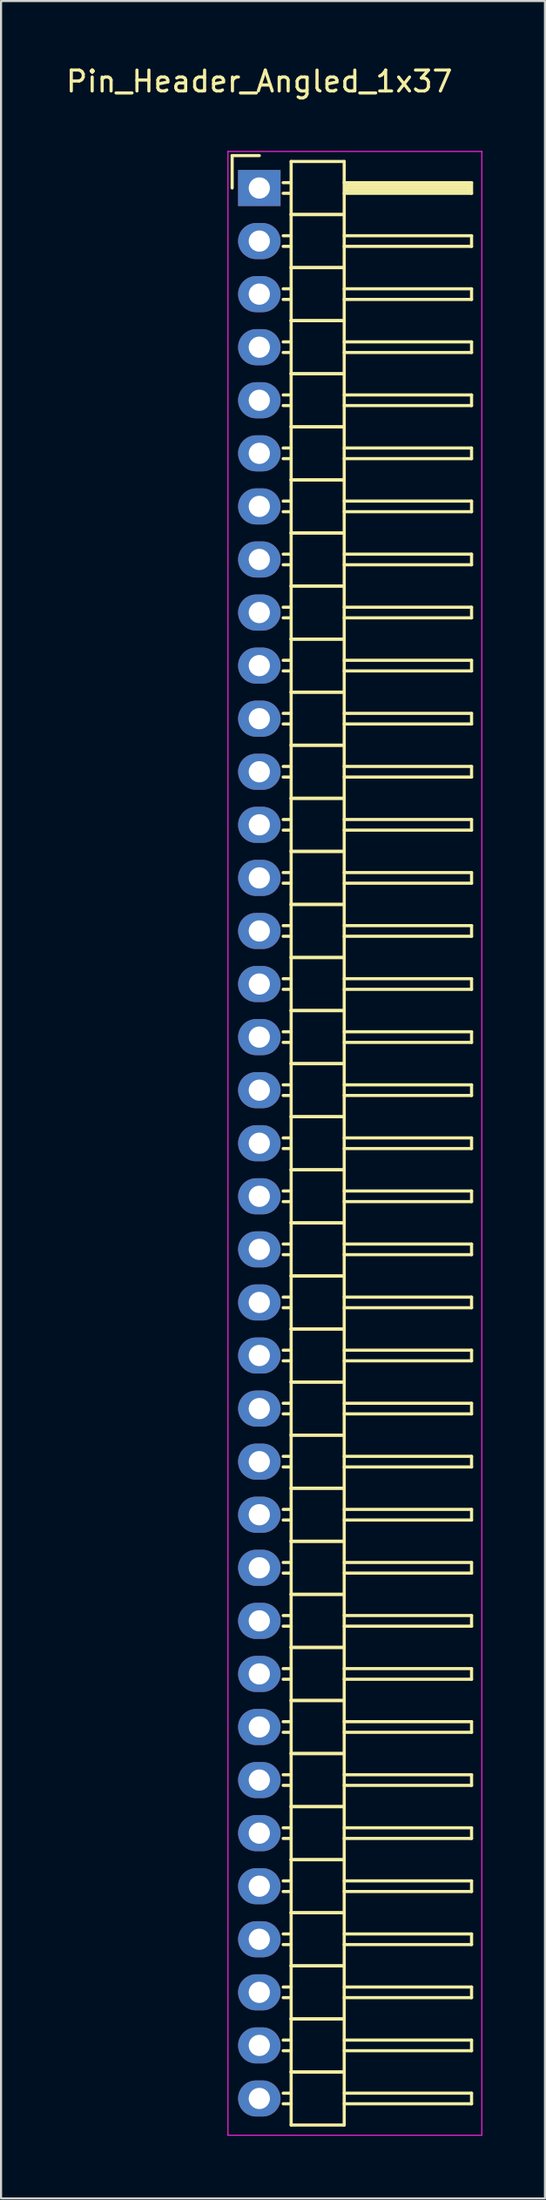
<source format=kicad_pcb>
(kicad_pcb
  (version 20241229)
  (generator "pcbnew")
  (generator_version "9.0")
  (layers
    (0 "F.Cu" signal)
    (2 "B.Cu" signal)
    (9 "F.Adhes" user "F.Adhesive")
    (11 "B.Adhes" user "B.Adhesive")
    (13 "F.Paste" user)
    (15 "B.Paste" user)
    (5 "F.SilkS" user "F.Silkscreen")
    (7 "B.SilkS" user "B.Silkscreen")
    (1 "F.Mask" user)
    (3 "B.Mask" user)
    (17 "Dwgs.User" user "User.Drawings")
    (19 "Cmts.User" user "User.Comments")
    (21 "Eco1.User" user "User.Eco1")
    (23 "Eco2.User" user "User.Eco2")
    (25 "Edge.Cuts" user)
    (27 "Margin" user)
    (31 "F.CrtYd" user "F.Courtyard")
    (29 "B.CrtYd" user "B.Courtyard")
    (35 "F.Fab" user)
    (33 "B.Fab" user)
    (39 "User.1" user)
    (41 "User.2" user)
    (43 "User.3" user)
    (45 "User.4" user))
  (footprint "Pin_Header_Angled_1x37"
    (layer "F.Cu")
    (at 9.363 5.948)
    (property "Reference" "Pin_Header_Angled_1x37" (at 0 -5.1 0) (layer "F.SilkS") (effects (font (size 1 1) (thickness 0.15))))
    (attr through_hole)
    (fp_line (start -1.3 -1.55) (end -1.3 0) (stroke (width 0.15) (type solid)) (layer "F.SilkS"))
    (fp_line (start 0 -1.55) (end -1.3 -1.55) (stroke (width 0.15) (type solid)) (layer "F.SilkS"))
    (fp_line (start 1.524 -1.27) (end 1.524 1.27) (stroke (width 0.15) (type solid)) (layer "F.SilkS"))
    (fp_line (start 1.524 -1.27) (end 4.064 -1.27) (stroke (width 0.15) (type solid)) (layer "F.SilkS"))
    (fp_line (start 1.524 -0.254) (end 1.143 -0.254) (stroke (width 0.15) (type solid)) (layer "F.SilkS"))
    (fp_line (start 1.524 0.254) (end 1.143 0.254) (stroke (width 0.15) (type solid)) (layer "F.SilkS"))
    (fp_line (start 1.524 1.27) (end 1.524 3.81) (stroke (width 0.15) (type solid)) (layer "F.SilkS"))
    (fp_line (start 1.524 1.27) (end 4.064 1.27) (stroke (width 0.15) (type solid)) (layer "F.SilkS"))
    (fp_line (start 1.524 1.27) (end 4.064 1.27) (stroke (width 0.15) (type solid)) (layer "F.SilkS"))
    (fp_line (start 1.524 2.286) (end 1.143 2.286) (stroke (width 0.15) (type solid)) (layer "F.SilkS"))
    (fp_line (start 1.524 2.794) (end 1.143 2.794) (stroke (width 0.15) (type solid)) (layer "F.SilkS"))
    (fp_line (start 1.524 3.81) (end 1.524 6.35) (stroke (width 0.15) (type solid)) (layer "F.SilkS"))
    (fp_line (start 1.524 3.81) (end 4.064 3.81) (stroke (width 0.15) (type solid)) (layer "F.SilkS"))
    (fp_line (start 1.524 3.81) (end 4.064 3.81) (stroke (width 0.15) (type solid)) (layer "F.SilkS"))
    (fp_line (start 1.524 4.826) (end 1.143 4.826) (stroke (width 0.15) (type solid)) (layer "F.SilkS"))
    (fp_line (start 1.524 5.334) (end 1.143 5.334) (stroke (width 0.15) (type solid)) (layer "F.SilkS"))
    (fp_line (start 1.524 6.35) (end 1.524 8.89) (stroke (width 0.15) (type solid)) (layer "F.SilkS"))
    (fp_line (start 1.524 6.35) (end 4.064 6.35) (stroke (width 0.15) (type solid)) (layer "F.SilkS"))
    (fp_line (start 1.524 6.35) (end 4.064 6.35) (stroke (width 0.15) (type solid)) (layer "F.SilkS"))
    (fp_line (start 1.524 7.366) (end 1.143 7.366) (stroke (width 0.15) (type solid)) (layer "F.SilkS"))
    (fp_line (start 1.524 7.874) (end 1.143 7.874) (stroke (width 0.15) (type solid)) (layer "F.SilkS"))
    (fp_line (start 1.524 8.89) (end 1.524 11.43) (stroke (width 0.15) (type solid)) (layer "F.SilkS"))
    (fp_line (start 1.524 8.89) (end 4.064 8.89) (stroke (width 0.15) (type solid)) (layer "F.SilkS"))
    (fp_line (start 1.524 8.89) (end 4.064 8.89) (stroke (width 0.15) (type solid)) (layer "F.SilkS"))
    (fp_line (start 1.524 9.906) (end 1.143 9.906) (stroke (width 0.15) (type solid)) (layer "F.SilkS"))
    (fp_line (start 1.524 10.414) (end 1.143 10.414) (stroke (width 0.15) (type solid)) (layer "F.SilkS"))
    (fp_line (start 1.524 11.43) (end 1.524 13.97) (stroke (width 0.15) (type solid)) (layer "F.SilkS"))
    (fp_line (start 1.524 11.43) (end 4.064 11.43) (stroke (width 0.15) (type solid)) (layer "F.SilkS"))
    (fp_line (start 1.524 11.43) (end 4.064 11.43) (stroke (width 0.15) (type solid)) (layer "F.SilkS"))
    (fp_line (start 1.524 12.446) (end 1.143 12.446) (stroke (width 0.15) (type solid)) (layer "F.SilkS"))
    (fp_line (start 1.524 12.954) (end 1.143 12.954) (stroke (width 0.15) (type solid)) (layer "F.SilkS"))
    (fp_line (start 1.524 13.97) (end 1.524 16.51) (stroke (width 0.15) (type solid)) (layer "F.SilkS"))
    (fp_line (start 1.524 13.97) (end 4.064 13.97) (stroke (width 0.15) (type solid)) (layer "F.SilkS"))
    (fp_line (start 1.524 13.97) (end 4.064 13.97) (stroke (width 0.15) (type solid)) (layer "F.SilkS"))
    (fp_line (start 1.524 14.986) (end 1.143 14.986) (stroke (width 0.15) (type solid)) (layer "F.SilkS"))
    (fp_line (start 1.524 15.494) (end 1.143 15.494) (stroke (width 0.15) (type solid)) (layer "F.SilkS"))
    (fp_line (start 1.524 16.51) (end 1.524 19.05) (stroke (width 0.15) (type solid)) (layer "F.SilkS"))
    (fp_line (start 1.524 16.51) (end 4.064 16.51) (stroke (width 0.15) (type solid)) (layer "F.SilkS"))
    (fp_line (start 1.524 16.51) (end 4.064 16.51) (stroke (width 0.15) (type solid)) (layer "F.SilkS"))
    (fp_line (start 1.524 17.526) (end 1.143 17.526) (stroke (width 0.15) (type solid)) (layer "F.SilkS"))
    (fp_line (start 1.524 18.034) (end 1.143 18.034) (stroke (width 0.15) (type solid)) (layer "F.SilkS"))
    (fp_line (start 1.524 19.05) (end 1.524 21.59) (stroke (width 0.15) (type solid)) (layer "F.SilkS"))
    (fp_line (start 1.524 19.05) (end 4.064 19.05) (stroke (width 0.15) (type solid)) (layer "F.SilkS"))
    (fp_line (start 1.524 19.05) (end 4.064 19.05) (stroke (width 0.15) (type solid)) (layer "F.SilkS"))
    (fp_line (start 1.524 20.066) (end 1.143 20.066) (stroke (width 0.15) (type solid)) (layer "F.SilkS"))
    (fp_line (start 1.524 20.574) (end 1.143 20.574) (stroke (width 0.15) (type solid)) (layer "F.SilkS"))
    (fp_line (start 1.524 21.59) (end 1.524 24.13) (stroke (width 0.15) (type solid)) (layer "F.SilkS"))
    (fp_line (start 1.524 21.59) (end 4.064 21.59) (stroke (width 0.15) (type solid)) (layer "F.SilkS"))
    (fp_line (start 1.524 21.59) (end 4.064 21.59) (stroke (width 0.15) (type solid)) (layer "F.SilkS"))
    (fp_line (start 1.524 22.606) (end 1.143 22.606) (stroke (width 0.15) (type solid)) (layer "F.SilkS"))
    (fp_line (start 1.524 23.114) (end 1.143 23.114) (stroke (width 0.15) (type solid)) (layer "F.SilkS"))
    (fp_line (start 1.524 24.13) (end 1.524 26.67) (stroke (width 0.15) (type solid)) (layer "F.SilkS"))
    (fp_line (start 1.524 24.13) (end 4.064 24.13) (stroke (width 0.15) (type solid)) (layer "F.SilkS"))
    (fp_line (start 1.524 24.13) (end 4.064 24.13) (stroke (width 0.15) (type solid)) (layer "F.SilkS"))
    (fp_line (start 1.524 25.146) (end 1.143 25.146) (stroke (width 0.15) (type solid)) (layer "F.SilkS"))
    (fp_line (start 1.524 25.654) (end 1.143 25.654) (stroke (width 0.15) (type solid)) (layer "F.SilkS"))
    (fp_line (start 1.524 26.67) (end 1.524 29.21) (stroke (width 0.15) (type solid)) (layer "F.SilkS"))
    (fp_line (start 1.524 26.67) (end 4.064 26.67) (stroke (width 0.15) (type solid)) (layer "F.SilkS"))
    (fp_line (start 1.524 26.67) (end 4.064 26.67) (stroke (width 0.15) (type solid)) (layer "F.SilkS"))
    (fp_line (start 1.524 27.686) (end 1.143 27.686) (stroke (width 0.15) (type solid)) (layer "F.SilkS"))
    (fp_line (start 1.524 28.194) (end 1.143 28.194) (stroke (width 0.15) (type solid)) (layer "F.SilkS"))
    (fp_line (start 1.524 29.21) (end 1.524 31.75) (stroke (width 0.15) (type solid)) (layer "F.SilkS"))
    (fp_line (start 1.524 29.21) (end 4.064 29.21) (stroke (width 0.15) (type solid)) (layer "F.SilkS"))
    (fp_line (start 1.524 29.21) (end 4.064 29.21) (stroke (width 0.15) (type solid)) (layer "F.SilkS"))
    (fp_line (start 1.524 30.226) (end 1.143 30.226) (stroke (width 0.15) (type solid)) (layer "F.SilkS"))
    (fp_line (start 1.524 30.734) (end 1.143 30.734) (stroke (width 0.15) (type solid)) (layer "F.SilkS"))
    (fp_line (start 1.524 31.75) (end 1.524 34.29) (stroke (width 0.15) (type solid)) (layer "F.SilkS"))
    (fp_line (start 1.524 31.75) (end 4.064 31.75) (stroke (width 0.15) (type solid)) (layer "F.SilkS"))
    (fp_line (start 1.524 31.75) (end 4.064 31.75) (stroke (width 0.15) (type solid)) (layer "F.SilkS"))
    (fp_line (start 1.524 32.766) (end 1.143 32.766) (stroke (width 0.15) (type solid)) (layer "F.SilkS"))
    (fp_line (start 1.524 33.274) (end 1.143 33.274) (stroke (width 0.15) (type solid)) (layer "F.SilkS"))
    (fp_line (start 1.524 34.29) (end 1.524 36.83) (stroke (width 0.15) (type solid)) (layer "F.SilkS"))
    (fp_line (start 1.524 34.29) (end 4.064 34.29) (stroke (width 0.15) (type solid)) (layer "F.SilkS"))
    (fp_line (start 1.524 34.29) (end 4.064 34.29) (stroke (width 0.15) (type solid)) (layer "F.SilkS"))
    (fp_line (start 1.524 35.306) (end 1.143 35.306) (stroke (width 0.15) (type solid)) (layer "F.SilkS"))
    (fp_line (start 1.524 35.814) (end 1.143 35.814) (stroke (width 0.15) (type solid)) (layer "F.SilkS"))
    (fp_line (start 1.524 36.83) (end 1.524 39.37) (stroke (width 0.15) (type solid)) (layer "F.SilkS"))
    (fp_line (start 1.524 36.83) (end 4.064 36.83) (stroke (width 0.15) (type solid)) (layer "F.SilkS"))
    (fp_line (start 1.524 36.83) (end 4.064 36.83) (stroke (width 0.15) (type solid)) (layer "F.SilkS"))
    (fp_line (start 1.524 37.846) (end 1.143 37.846) (stroke (width 0.15) (type solid)) (layer "F.SilkS"))
    (fp_line (start 1.524 38.354) (end 1.143 38.354) (stroke (width 0.15) (type solid)) (layer "F.SilkS"))
    (fp_line (start 1.524 39.37) (end 1.524 41.91) (stroke (width 0.15) (type solid)) (layer "F.SilkS"))
    (fp_line (start 1.524 39.37) (end 4.064 39.37) (stroke (width 0.15) (type solid)) (layer "F.SilkS"))
    (fp_line (start 1.524 39.37) (end 4.064 39.37) (stroke (width 0.15) (type solid)) (layer "F.SilkS"))
    (fp_line (start 1.524 40.386) (end 1.143 40.386) (stroke (width 0.15) (type solid)) (layer "F.SilkS"))
    (fp_line (start 1.524 40.894) (end 1.143 40.894) (stroke (width 0.15) (type solid)) (layer "F.SilkS"))
    (fp_line (start 1.524 41.91) (end 1.524 44.45) (stroke (width 0.15) (type solid)) (layer "F.SilkS"))
    (fp_line (start 1.524 41.91) (end 4.064 41.91) (stroke (width 0.15) (type solid)) (layer "F.SilkS"))
    (fp_line (start 1.524 41.91) (end 4.064 41.91) (stroke (width 0.15) (type solid)) (layer "F.SilkS"))
    (fp_line (start 1.524 42.926) (end 1.143 42.926) (stroke (width 0.15) (type solid)) (layer "F.SilkS"))
    (fp_line (start 1.524 43.434) (end 1.143 43.434) (stroke (width 0.15) (type solid)) (layer "F.SilkS"))
    (fp_line (start 1.524 44.45) (end 1.524 46.99) (stroke (width 0.15) (type solid)) (layer "F.SilkS"))
    (fp_line (start 1.524 44.45) (end 4.064 44.45) (stroke (width 0.15) (type solid)) (layer "F.SilkS"))
    (fp_line (start 1.524 44.45) (end 4.064 44.45) (stroke (width 0.15) (type solid)) (layer "F.SilkS"))
    (fp_line (start 1.524 45.466) (end 1.143 45.466) (stroke (width 0.15) (type solid)) (layer "F.SilkS"))
    (fp_line (start 1.524 45.974) (end 1.143 45.974) (stroke (width 0.15) (type solid)) (layer "F.SilkS"))
    (fp_line (start 1.524 46.99) (end 1.524 49.53) (stroke (width 0.15) (type solid)) (layer "F.SilkS"))
    (fp_line (start 1.524 46.99) (end 4.064 46.99) (stroke (width 0.15) (type solid)) (layer "F.SilkS"))
    (fp_line (start 1.524 46.99) (end 4.064 46.99) (stroke (width 0.15) (type solid)) (layer "F.SilkS"))
    (fp_line (start 1.524 48.006) (end 1.143 48.006) (stroke (width 0.15) (type solid)) (layer "F.SilkS"))
    (fp_line (start 1.524 48.514) (end 1.143 48.514) (stroke (width 0.15) (type solid)) (layer "F.SilkS"))
    (fp_line (start 1.524 49.53) (end 1.524 52.07) (stroke (width 0.15) (type solid)) (layer "F.SilkS"))
    (fp_line (start 1.524 49.53) (end 4.064 49.53) (stroke (width 0.15) (type solid)) (layer "F.SilkS"))
    (fp_line (start 1.524 49.53) (end 4.064 49.53) (stroke (width 0.15) (type solid)) (layer "F.SilkS"))
    (fp_line (start 1.524 50.546) (end 1.143 50.546) (stroke (width 0.15) (type solid)) (layer "F.SilkS"))
    (fp_line (start 1.524 51.054) (end 1.143 51.054) (stroke (width 0.15) (type solid)) (layer "F.SilkS"))
    (fp_line (start 1.524 52.07) (end 1.524 54.61) (stroke (width 0.15) (type solid)) (layer "F.SilkS"))
    (fp_line (start 1.524 52.07) (end 4.064 52.07) (stroke (width 0.15) (type solid)) (layer "F.SilkS"))
    (fp_line (start 1.524 52.07) (end 4.064 52.07) (stroke (width 0.15) (type solid)) (layer "F.SilkS"))
    (fp_line (start 1.524 53.086) (end 1.143 53.086) (stroke (width 0.15) (type solid)) (layer "F.SilkS"))
    (fp_line (start 1.524 53.594) (end 1.143 53.594) (stroke (width 0.15) (type solid)) (layer "F.SilkS"))
    (fp_line (start 1.524 54.61) (end 1.524 57.15) (stroke (width 0.15) (type solid)) (layer "F.SilkS"))
    (fp_line (start 1.524 54.61) (end 4.064 54.61) (stroke (width 0.15) (type solid)) (layer "F.SilkS"))
    (fp_line (start 1.524 54.61) (end 4.064 54.61) (stroke (width 0.15) (type solid)) (layer "F.SilkS"))
    (fp_line (start 1.524 55.626) (end 1.143 55.626) (stroke (width 0.15) (type solid)) (layer "F.SilkS"))
    (fp_line (start 1.524 56.134) (end 1.143 56.134) (stroke (width 0.15) (type solid)) (layer "F.SilkS"))
    (fp_line (start 1.524 57.15) (end 1.524 59.69) (stroke (width 0.15) (type solid)) (layer "F.SilkS"))
    (fp_line (start 1.524 57.15) (end 4.064 57.15) (stroke (width 0.15) (type solid)) (layer "F.SilkS"))
    (fp_line (start 1.524 57.15) (end 4.064 57.15) (stroke (width 0.15) (type solid)) (layer "F.SilkS"))
    (fp_line (start 1.524 58.166) (end 1.143 58.166) (stroke (width 0.15) (type solid)) (layer "F.SilkS"))
    (fp_line (start 1.524 58.674) (end 1.143 58.674) (stroke (width 0.15) (type solid)) (layer "F.SilkS"))
    (fp_line (start 1.524 59.69) (end 1.524 62.23) (stroke (width 0.15) (type solid)) (layer "F.SilkS"))
    (fp_line (start 1.524 59.69) (end 4.064 59.69) (stroke (width 0.15) (type solid)) (layer "F.SilkS"))
    (fp_line (start 1.524 59.69) (end 4.064 59.69) (stroke (width 0.15) (type solid)) (layer "F.SilkS"))
    (fp_line (start 1.524 60.706) (end 1.143 60.706) (stroke (width 0.15) (type solid)) (layer "F.SilkS"))
    (fp_line (start 1.524 61.214) (end 1.143 61.214) (stroke (width 0.15) (type solid)) (layer "F.SilkS"))
    (fp_line (start 1.524 62.23) (end 1.524 64.77) (stroke (width 0.15) (type solid)) (layer "F.SilkS"))
    (fp_line (start 1.524 62.23) (end 4.064 62.23) (stroke (width 0.15) (type solid)) (layer "F.SilkS"))
    (fp_line (start 1.524 62.23) (end 4.064 62.23) (stroke (width 0.15) (type solid)) (layer "F.SilkS"))
    (fp_line (start 1.524 63.246) (end 1.143 63.246) (stroke (width 0.15) (type solid)) (layer "F.SilkS"))
    (fp_line (start 1.524 63.754) (end 1.143 63.754) (stroke (width 0.15) (type solid)) (layer "F.SilkS"))
    (fp_line (start 1.524 64.77) (end 1.524 67.31) (stroke (width 0.15) (type solid)) (layer "F.SilkS"))
    (fp_line (start 1.524 64.77) (end 4.064 64.77) (stroke (width 0.15) (type solid)) (layer "F.SilkS"))
    (fp_line (start 1.524 64.77) (end 4.064 64.77) (stroke (width 0.15) (type solid)) (layer "F.SilkS"))
    (fp_line (start 1.524 65.786) (end 1.143 65.786) (stroke (width 0.15) (type solid)) (layer "F.SilkS"))
    (fp_line (start 1.524 66.294) (end 1.143 66.294) (stroke (width 0.15) (type solid)) (layer "F.SilkS"))
    (fp_line (start 1.524 67.31) (end 1.524 69.85) (stroke (width 0.15) (type solid)) (layer "F.SilkS"))
    (fp_line (start 1.524 67.31) (end 4.064 67.31) (stroke (width 0.15) (type solid)) (layer "F.SilkS"))
    (fp_line (start 1.524 67.31) (end 4.064 67.31) (stroke (width 0.15) (type solid)) (layer "F.SilkS"))
    (fp_line (start 1.524 68.326) (end 1.143 68.326) (stroke (width 0.15) (type solid)) (layer "F.SilkS"))
    (fp_line (start 1.524 68.834) (end 1.143 68.834) (stroke (width 0.15) (type solid)) (layer "F.SilkS"))
    (fp_line (start 1.524 69.85) (end 1.524 72.39) (stroke (width 0.15) (type solid)) (layer "F.SilkS"))
    (fp_line (start 1.524 69.85) (end 4.064 69.85) (stroke (width 0.15) (type solid)) (layer "F.SilkS"))
    (fp_line (start 1.524 69.85) (end 4.064 69.85) (stroke (width 0.15) (type solid)) (layer "F.SilkS"))
    (fp_line (start 1.524 70.866) (end 1.143 70.866) (stroke (width 0.15) (type solid)) (layer "F.SilkS"))
    (fp_line (start 1.524 71.374) (end 1.143 71.374) (stroke (width 0.15) (type solid)) (layer "F.SilkS"))
    (fp_line (start 1.524 72.39) (end 1.524 74.93) (stroke (width 0.15) (type solid)) (layer "F.SilkS"))
    (fp_line (start 1.524 72.39) (end 4.064 72.39) (stroke (width 0.15) (type solid)) (layer "F.SilkS"))
    (fp_line (start 1.524 72.39) (end 4.064 72.39) (stroke (width 0.15) (type solid)) (layer "F.SilkS"))
    (fp_line (start 1.524 73.406) (end 1.143 73.406) (stroke (width 0.15) (type solid)) (layer "F.SilkS"))
    (fp_line (start 1.524 73.914) (end 1.143 73.914) (stroke (width 0.15) (type solid)) (layer "F.SilkS"))
    (fp_line (start 1.524 74.93) (end 1.524 77.47) (stroke (width 0.15) (type solid)) (layer "F.SilkS"))
    (fp_line (start 1.524 74.93) (end 4.064 74.93) (stroke (width 0.15) (type solid)) (layer "F.SilkS"))
    (fp_line (start 1.524 74.93) (end 4.064 74.93) (stroke (width 0.15) (type solid)) (layer "F.SilkS"))
    (fp_line (start 1.524 75.946) (end 1.143 75.946) (stroke (width 0.15) (type solid)) (layer "F.SilkS"))
    (fp_line (start 1.524 76.454) (end 1.143 76.454) (stroke (width 0.15) (type solid)) (layer "F.SilkS"))
    (fp_line (start 1.524 77.47) (end 1.524 80.01) (stroke (width 0.15) (type solid)) (layer "F.SilkS"))
    (fp_line (start 1.524 77.47) (end 4.064 77.47) (stroke (width 0.15) (type solid)) (layer "F.SilkS"))
    (fp_line (start 1.524 77.47) (end 4.064 77.47) (stroke (width 0.15) (type solid)) (layer "F.SilkS"))
    (fp_line (start 1.524 78.486) (end 1.143 78.486) (stroke (width 0.15) (type solid)) (layer "F.SilkS"))
    (fp_line (start 1.524 78.994) (end 1.143 78.994) (stroke (width 0.15) (type solid)) (layer "F.SilkS"))
    (fp_line (start 1.524 80.01) (end 1.524 82.55) (stroke (width 0.15) (type solid)) (layer "F.SilkS"))
    (fp_line (start 1.524 80.01) (end 4.064 80.01) (stroke (width 0.15) (type solid)) (layer "F.SilkS"))
    (fp_line (start 1.524 80.01) (end 4.064 80.01) (stroke (width 0.15) (type solid)) (layer "F.SilkS"))
    (fp_line (start 1.524 81.026) (end 1.143 81.026) (stroke (width 0.15) (type solid)) (layer "F.SilkS"))
    (fp_line (start 1.524 81.534) (end 1.143 81.534) (stroke (width 0.15) (type solid)) (layer "F.SilkS"))
    (fp_line (start 1.524 82.55) (end 1.524 85.09) (stroke (width 0.15) (type solid)) (layer "F.SilkS"))
    (fp_line (start 1.524 82.55) (end 4.064 82.55) (stroke (width 0.15) (type solid)) (layer "F.SilkS"))
    (fp_line (start 1.524 82.55) (end 4.064 82.55) (stroke (width 0.15) (type solid)) (layer "F.SilkS"))
    (fp_line (start 1.524 83.566) (end 1.143 83.566) (stroke (width 0.15) (type solid)) (layer "F.SilkS"))
    (fp_line (start 1.524 84.074) (end 1.143 84.074) (stroke (width 0.15) (type solid)) (layer "F.SilkS"))
    (fp_line (start 1.524 85.09) (end 1.524 87.63) (stroke (width 0.15) (type solid)) (layer "F.SilkS"))
    (fp_line (start 1.524 85.09) (end 4.064 85.09) (stroke (width 0.15) (type solid)) (layer "F.SilkS"))
    (fp_line (start 1.524 85.09) (end 4.064 85.09) (stroke (width 0.15) (type solid)) (layer "F.SilkS"))
    (fp_line (start 1.524 86.106) (end 1.143 86.106) (stroke (width 0.15) (type solid)) (layer "F.SilkS"))
    (fp_line (start 1.524 86.614) (end 1.143 86.614) (stroke (width 0.15) (type solid)) (layer "F.SilkS"))
    (fp_line (start 1.524 87.63) (end 1.524 90.17) (stroke (width 0.15) (type solid)) (layer "F.SilkS"))
    (fp_line (start 1.524 87.63) (end 4.064 87.63) (stroke (width 0.15) (type solid)) (layer "F.SilkS"))
    (fp_line (start 1.524 87.63) (end 4.064 87.63) (stroke (width 0.15) (type solid)) (layer "F.SilkS"))
    (fp_line (start 1.524 88.646) (end 1.143 88.646) (stroke (width 0.15) (type solid)) (layer "F.SilkS"))
    (fp_line (start 1.524 89.154) (end 1.143 89.154) (stroke (width 0.15) (type solid)) (layer "F.SilkS"))
    (fp_line (start 1.524 90.17) (end 1.524 92.71) (stroke (width 0.15) (type solid)) (layer "F.SilkS"))
    (fp_line (start 1.524 90.17) (end 4.064 90.17) (stroke (width 0.15) (type solid)) (layer "F.SilkS"))
    (fp_line (start 1.524 90.17) (end 4.064 90.17) (stroke (width 0.15) (type solid)) (layer "F.SilkS"))
    (fp_line (start 1.524 91.186) (end 1.143 91.186) (stroke (width 0.15) (type solid)) (layer "F.SilkS"))
    (fp_line (start 1.524 91.694) (end 1.143 91.694) (stroke (width 0.15) (type solid)) (layer "F.SilkS"))
    (fp_line (start 1.524 92.71) (end 4.064 92.71) (stroke (width 0.15) (type solid)) (layer "F.SilkS"))
    (fp_line (start 4.064 -0.254) (end 10.16 -0.254) (stroke (width 0.15) (type solid)) (layer "F.SilkS"))
    (fp_line (start 4.064 1.27) (end 4.064 -1.27) (stroke (width 0.15) (type solid)) (layer "F.SilkS"))
    (fp_line (start 4.064 2.286) (end 10.16 2.286) (stroke (width 0.15) (type solid)) (layer "F.SilkS"))
    (fp_line (start 4.064 3.81) (end 4.064 1.27) (stroke (width 0.15) (type solid)) (layer "F.SilkS"))
    (fp_line (start 4.064 4.826) (end 10.16 4.826) (stroke (width 0.15) (type solid)) (layer "F.SilkS"))
    (fp_line (start 4.064 6.35) (end 4.064 3.81) (stroke (width 0.15) (type solid)) (layer "F.SilkS"))
    (fp_line (start 4.064 7.366) (end 10.16 7.366) (stroke (width 0.15) (type solid)) (layer "F.SilkS"))
    (fp_line (start 4.064 8.89) (end 4.064 6.35) (stroke (width 0.15) (type solid)) (layer "F.SilkS"))
    (fp_line (start 4.064 9.906) (end 10.16 9.906) (stroke (width 0.15) (type solid)) (layer "F.SilkS"))
    (fp_line (start 4.064 11.43) (end 4.064 8.89) (stroke (width 0.15) (type solid)) (layer "F.SilkS"))
    (fp_line (start 4.064 12.446) (end 10.16 12.446) (stroke (width 0.15) (type solid)) (layer "F.SilkS"))
    (fp_line (start 4.064 13.97) (end 4.064 11.43) (stroke (width 0.15) (type solid)) (layer "F.SilkS"))
    (fp_line (start 4.064 14.986) (end 10.16 14.986) (stroke (width 0.15) (type solid)) (layer "F.SilkS"))
    (fp_line (start 4.064 16.51) (end 4.064 13.97) (stroke (width 0.15) (type solid)) (layer "F.SilkS"))
    (fp_line (start 4.064 17.526) (end 10.16 17.526) (stroke (width 0.15) (type solid)) (layer "F.SilkS"))
    (fp_line (start 4.064 19.05) (end 4.064 16.51) (stroke (width 0.15) (type solid)) (layer "F.SilkS"))
    (fp_line (start 4.064 20.066) (end 10.16 20.066) (stroke (width 0.15) (type solid)) (layer "F.SilkS"))
    (fp_line (start 4.064 21.59) (end 4.064 19.05) (stroke (width 0.15) (type solid)) (layer "F.SilkS"))
    (fp_line (start 4.064 22.606) (end 10.16 22.606) (stroke (width 0.15) (type solid)) (layer "F.SilkS"))
    (fp_line (start 4.064 24.13) (end 4.064 21.59) (stroke (width 0.15) (type solid)) (layer "F.SilkS"))
    (fp_line (start 4.064 25.146) (end 10.16 25.146) (stroke (width 0.15) (type solid)) (layer "F.SilkS"))
    (fp_line (start 4.064 26.67) (end 4.064 24.13) (stroke (width 0.15) (type solid)) (layer "F.SilkS"))
    (fp_line (start 4.064 27.686) (end 10.16 27.686) (stroke (width 0.15) (type solid)) (layer "F.SilkS"))
    (fp_line (start 4.064 29.21) (end 4.064 26.67) (stroke (width 0.15) (type solid)) (layer "F.SilkS"))
    (fp_line (start 4.064 30.226) (end 10.16 30.226) (stroke (width 0.15) (type solid)) (layer "F.SilkS"))
    (fp_line (start 4.064 31.75) (end 4.064 29.21) (stroke (width 0.15) (type solid)) (layer "F.SilkS"))
    (fp_line (start 4.064 32.766) (end 10.16 32.766) (stroke (width 0.15) (type solid)) (layer "F.SilkS"))
    (fp_line (start 4.064 34.29) (end 4.064 31.75) (stroke (width 0.15) (type solid)) (layer "F.SilkS"))
    (fp_line (start 4.064 35.306) (end 10.16 35.306) (stroke (width 0.15) (type solid)) (layer "F.SilkS"))
    (fp_line (start 4.064 36.83) (end 4.064 34.29) (stroke (width 0.15) (type solid)) (layer "F.SilkS"))
    (fp_line (start 4.064 37.846) (end 10.16 37.846) (stroke (width 0.15) (type solid)) (layer "F.SilkS"))
    (fp_line (start 4.064 39.37) (end 4.064 36.83) (stroke (width 0.15) (type solid)) (layer "F.SilkS"))
    (fp_line (start 4.064 40.386) (end 10.16 40.386) (stroke (width 0.15) (type solid)) (layer "F.SilkS"))
    (fp_line (start 4.064 41.91) (end 4.064 39.37) (stroke (width 0.15) (type solid)) (layer "F.SilkS"))
    (fp_line (start 4.064 42.926) (end 10.16 42.926) (stroke (width 0.15) (type solid)) (layer "F.SilkS"))
    (fp_line (start 4.064 44.45) (end 4.064 41.91) (stroke (width 0.15) (type solid)) (layer "F.SilkS"))
    (fp_line (start 4.064 45.466) (end 10.16 45.466) (stroke (width 0.15) (type solid)) (layer "F.SilkS"))
    (fp_line (start 4.064 46.99) (end 4.064 44.45) (stroke (width 0.15) (type solid)) (layer "F.SilkS"))
    (fp_line (start 4.064 48.006) (end 10.16 48.006) (stroke (width 0.15) (type solid)) (layer "F.SilkS"))
    (fp_line (start 4.064 49.53) (end 4.064 46.99) (stroke (width 0.15) (type solid)) (layer "F.SilkS"))
    (fp_line (start 4.064 50.546) (end 10.16 50.546) (stroke (width 0.15) (type solid)) (layer "F.SilkS"))
    (fp_line (start 4.064 52.07) (end 4.064 49.53) (stroke (width 0.15) (type solid)) (layer "F.SilkS"))
    (fp_line (start 4.064 53.086) (end 10.16 53.086) (stroke (width 0.15) (type solid)) (layer "F.SilkS"))
    (fp_line (start 4.064 54.61) (end 4.064 52.07) (stroke (width 0.15) (type solid)) (layer "F.SilkS"))
    (fp_line (start 4.064 55.626) (end 10.16 55.626) (stroke (width 0.15) (type solid)) (layer "F.SilkS"))
    (fp_line (start 4.064 57.15) (end 4.064 54.61) (stroke (width 0.15) (type solid)) (layer "F.SilkS"))
    (fp_line (start 4.064 58.166) (end 10.16 58.166) (stroke (width 0.15) (type solid)) (layer "F.SilkS"))
    (fp_line (start 4.064 59.69) (end 4.064 57.15) (stroke (width 0.15) (type solid)) (layer "F.SilkS"))
    (fp_line (start 4.064 60.706) (end 10.16 60.706) (stroke (width 0.15) (type solid)) (layer "F.SilkS"))
    (fp_line (start 4.064 62.23) (end 4.064 59.69) (stroke (width 0.15) (type solid)) (layer "F.SilkS"))
    (fp_line (start 4.064 63.246) (end 10.16 63.246) (stroke (width 0.15) (type solid)) (layer "F.SilkS"))
    (fp_line (start 4.064 64.77) (end 4.064 62.23) (stroke (width 0.15) (type solid)) (layer "F.SilkS"))
    (fp_line (start 4.064 65.786) (end 10.16 65.786) (stroke (width 0.15) (type solid)) (layer "F.SilkS"))
    (fp_line (start 4.064 67.31) (end 4.064 64.77) (stroke (width 0.15) (type solid)) (layer "F.SilkS"))
    (fp_line (start 4.064 68.326) (end 10.16 68.326) (stroke (width 0.15) (type solid)) (layer "F.SilkS"))
    (fp_line (start 4.064 69.85) (end 4.064 67.31) (stroke (width 0.15) (type solid)) (layer "F.SilkS"))
    (fp_line (start 4.064 70.866) (end 10.16 70.866) (stroke (width 0.15) (type solid)) (layer "F.SilkS"))
    (fp_line (start 4.064 72.39) (end 4.064 69.85) (stroke (width 0.15) (type solid)) (layer "F.SilkS"))
    (fp_line (start 4.064 73.406) (end 10.16 73.406) (stroke (width 0.15) (type solid)) (layer "F.SilkS"))
    (fp_line (start 4.064 74.93) (end 4.064 72.39) (stroke (width 0.15) (type solid)) (layer "F.SilkS"))
    (fp_line (start 4.064 75.946) (end 10.16 75.946) (stroke (width 0.15) (type solid)) (layer "F.SilkS"))
    (fp_line (start 4.064 77.47) (end 4.064 74.93) (stroke (width 0.15) (type solid)) (layer "F.SilkS"))
    (fp_line (start 4.064 78.486) (end 10.16 78.486) (stroke (width 0.15) (type solid)) (layer "F.SilkS"))
    (fp_line (start 4.064 80.01) (end 4.064 77.47) (stroke (width 0.15) (type solid)) (layer "F.SilkS"))
    (fp_line (start 4.064 81.026) (end 10.16 81.026) (stroke (width 0.15) (type solid)) (layer "F.SilkS"))
    (fp_line (start 4.064 82.55) (end 4.064 80.01) (stroke (width 0.15) (type solid)) (layer "F.SilkS"))
    (fp_line (start 4.064 83.566) (end 10.16 83.566) (stroke (width 0.15) (type solid)) (layer "F.SilkS"))
    (fp_line (start 4.064 85.09) (end 4.064 82.55) (stroke (width 0.15) (type solid)) (layer "F.SilkS"))
    (fp_line (start 4.064 86.106) (end 10.16 86.106) (stroke (width 0.15) (type solid)) (layer "F.SilkS"))
    (fp_line (start 4.064 87.63) (end 4.064 85.09) (stroke (width 0.15) (type solid)) (layer "F.SilkS"))
    (fp_line (start 4.064 88.646) (end 10.16 88.646) (stroke (width 0.15) (type solid)) (layer "F.SilkS"))
    (fp_line (start 4.064 90.17) (end 4.064 87.63) (stroke (width 0.15) (type solid)) (layer "F.SilkS"))
    (fp_line (start 4.064 91.186) (end 10.16 91.186) (stroke (width 0.15) (type solid)) (layer "F.SilkS"))
    (fp_line (start 4.064 92.71) (end 4.064 90.17) (stroke (width 0.15) (type solid)) (layer "F.SilkS"))
    (fp_line (start 4.191 -0.127) (end 10.033 -0.127) (stroke (width 0.15) (type solid)) (layer "F.SilkS"))
    (fp_line (start 4.191 0) (end 10.033 0) (stroke (width 0.15) (type solid)) (layer "F.SilkS"))
    (fp_line (start 4.191 0.127) (end 4.191 0) (stroke (width 0.15) (type solid)) (layer "F.SilkS"))
    (fp_line (start 10.033 -0.127) (end 10.033 0.127) (stroke (width 0.15) (type solid)) (layer "F.SilkS"))
    (fp_line (start 10.033 0.127) (end 4.191 0.127) (stroke (width 0.15) (type solid)) (layer "F.SilkS"))
    (fp_line (start 10.16 -0.254) (end 10.16 0.254) (stroke (width 0.15) (type solid)) (layer "F.SilkS"))
    (fp_line (start 10.16 0.254) (end 4.064 0.254) (stroke (width 0.15) (type solid)) (layer "F.SilkS"))
    (fp_line (start 10.16 2.286) (end 10.16 2.794) (stroke (width 0.15) (type solid)) (layer "F.SilkS"))
    (fp_line (start 10.16 2.794) (end 4.064 2.794) (stroke (width 0.15) (type solid)) (layer "F.SilkS"))
    (fp_line (start 10.16 4.826) (end 10.16 5.334) (stroke (width 0.15) (type solid)) (layer "F.SilkS"))
    (fp_line (start 10.16 5.334) (end 4.064 5.334) (stroke (width 0.15) (type solid)) (layer "F.SilkS"))
    (fp_line (start 10.16 7.366) (end 10.16 7.874) (stroke (width 0.15) (type solid)) (layer "F.SilkS"))
    (fp_line (start 10.16 7.874) (end 4.064 7.874) (stroke (width 0.15) (type solid)) (layer "F.SilkS"))
    (fp_line (start 10.16 9.906) (end 10.16 10.414) (stroke (width 0.15) (type solid)) (layer "F.SilkS"))
    (fp_line (start 10.16 10.414) (end 4.064 10.414) (stroke (width 0.15) (type solid)) (layer "F.SilkS"))
    (fp_line (start 10.16 12.446) (end 10.16 12.954) (stroke (width 0.15) (type solid)) (layer "F.SilkS"))
    (fp_line (start 10.16 12.954) (end 4.064 12.954) (stroke (width 0.15) (type solid)) (layer "F.SilkS"))
    (fp_line (start 10.16 14.986) (end 10.16 15.494) (stroke (width 0.15) (type solid)) (layer "F.SilkS"))
    (fp_line (start 10.16 15.494) (end 4.064 15.494) (stroke (width 0.15) (type solid)) (layer "F.SilkS"))
    (fp_line (start 10.16 17.526) (end 10.16 18.034) (stroke (width 0.15) (type solid)) (layer "F.SilkS"))
    (fp_line (start 10.16 18.034) (end 4.064 18.034) (stroke (width 0.15) (type solid)) (layer "F.SilkS"))
    (fp_line (start 10.16 20.066) (end 10.16 20.574) (stroke (width 0.15) (type solid)) (layer "F.SilkS"))
    (fp_line (start 10.16 20.574) (end 4.064 20.574) (stroke (width 0.15) (type solid)) (layer "F.SilkS"))
    (fp_line (start 10.16 22.606) (end 10.16 23.114) (stroke (width 0.15) (type solid)) (layer "F.SilkS"))
    (fp_line (start 10.16 23.114) (end 4.064 23.114) (stroke (width 0.15) (type solid)) (layer "F.SilkS"))
    (fp_line (start 10.16 25.146) (end 10.16 25.654) (stroke (width 0.15) (type solid)) (layer "F.SilkS"))
    (fp_line (start 10.16 25.654) (end 4.064 25.654) (stroke (width 0.15) (type solid)) (layer "F.SilkS"))
    (fp_line (start 10.16 27.686) (end 10.16 28.194) (stroke (width 0.15) (type solid)) (layer "F.SilkS"))
    (fp_line (start 10.16 28.194) (end 4.064 28.194) (stroke (width 0.15) (type solid)) (layer "F.SilkS"))
    (fp_line (start 10.16 30.226) (end 10.16 30.734) (stroke (width 0.15) (type solid)) (layer "F.SilkS"))
    (fp_line (start 10.16 30.734) (end 4.064 30.734) (stroke (width 0.15) (type solid)) (layer "F.SilkS"))
    (fp_line (start 10.16 32.766) (end 10.16 33.274) (stroke (width 0.15) (type solid)) (layer "F.SilkS"))
    (fp_line (start 10.16 33.274) (end 4.064 33.274) (stroke (width 0.15) (type solid)) (layer "F.SilkS"))
    (fp_line (start 10.16 35.306) (end 10.16 35.814) (stroke (width 0.15) (type solid)) (layer "F.SilkS"))
    (fp_line (start 10.16 35.814) (end 4.064 35.814) (stroke (width 0.15) (type solid)) (layer "F.SilkS"))
    (fp_line (start 10.16 37.846) (end 10.16 38.354) (stroke (width 0.15) (type solid)) (layer "F.SilkS"))
    (fp_line (start 10.16 38.354) (end 4.064 38.354) (stroke (width 0.15) (type solid)) (layer "F.SilkS"))
    (fp_line (start 10.16 40.386) (end 10.16 40.894) (stroke (width 0.15) (type solid)) (layer "F.SilkS"))
    (fp_line (start 10.16 40.894) (end 4.064 40.894) (stroke (width 0.15) (type solid)) (layer "F.SilkS"))
    (fp_line (start 10.16 42.926) (end 10.16 43.434) (stroke (width 0.15) (type solid)) (layer "F.SilkS"))
    (fp_line (start 10.16 43.434) (end 4.064 43.434) (stroke (width 0.15) (type solid)) (layer "F.SilkS"))
    (fp_line (start 10.16 45.466) (end 10.16 45.974) (stroke (width 0.15) (type solid)) (layer "F.SilkS"))
    (fp_line (start 10.16 45.974) (end 4.064 45.974) (stroke (width 0.15) (type solid)) (layer "F.SilkS"))
    (fp_line (start 10.16 48.006) (end 10.16 48.514) (stroke (width 0.15) (type solid)) (layer "F.SilkS"))
    (fp_line (start 10.16 48.514) (end 4.064 48.514) (stroke (width 0.15) (type solid)) (layer "F.SilkS"))
    (fp_line (start 10.16 50.546) (end 10.16 51.054) (stroke (width 0.15) (type solid)) (layer "F.SilkS"))
    (fp_line (start 10.16 51.054) (end 4.064 51.054) (stroke (width 0.15) (type solid)) (layer "F.SilkS"))
    (fp_line (start 10.16 53.086) (end 10.16 53.594) (stroke (width 0.15) (type solid)) (layer "F.SilkS"))
    (fp_line (start 10.16 53.594) (end 4.064 53.594) (stroke (width 0.15) (type solid)) (layer "F.SilkS"))
    (fp_line (start 10.16 55.626) (end 10.16 56.134) (stroke (width 0.15) (type solid)) (layer "F.SilkS"))
    (fp_line (start 10.16 56.134) (end 4.064 56.134) (stroke (width 0.15) (type solid)) (layer "F.SilkS"))
    (fp_line (start 10.16 58.166) (end 10.16 58.674) (stroke (width 0.15) (type solid)) (layer "F.SilkS"))
    (fp_line (start 10.16 58.674) (end 4.064 58.674) (stroke (width 0.15) (type solid)) (layer "F.SilkS"))
    (fp_line (start 10.16 60.706) (end 10.16 61.214) (stroke (width 0.15) (type solid)) (layer "F.SilkS"))
    (fp_line (start 10.16 61.214) (end 4.064 61.214) (stroke (width 0.15) (type solid)) (layer "F.SilkS"))
    (fp_line (start 10.16 63.246) (end 10.16 63.754) (stroke (width 0.15) (type solid)) (layer "F.SilkS"))
    (fp_line (start 10.16 63.754) (end 4.064 63.754) (stroke (width 0.15) (type solid)) (layer "F.SilkS"))
    (fp_line (start 10.16 65.786) (end 10.16 66.294) (stroke (width 0.15) (type solid)) (layer "F.SilkS"))
    (fp_line (start 10.16 66.294) (end 4.064 66.294) (stroke (width 0.15) (type solid)) (layer "F.SilkS"))
    (fp_line (start 10.16 68.326) (end 10.16 68.834) (stroke (width 0.15) (type solid)) (layer "F.SilkS"))
    (fp_line (start 10.16 68.834) (end 4.064 68.834) (stroke (width 0.15) (type solid)) (layer "F.SilkS"))
    (fp_line (start 10.16 70.866) (end 10.16 71.374) (stroke (width 0.15) (type solid)) (layer "F.SilkS"))
    (fp_line (start 10.16 71.374) (end 4.064 71.374) (stroke (width 0.15) (type solid)) (layer "F.SilkS"))
    (fp_line (start 10.16 73.406) (end 10.16 73.914) (stroke (width 0.15) (type solid)) (layer "F.SilkS"))
    (fp_line (start 10.16 73.914) (end 4.064 73.914) (stroke (width 0.15) (type solid)) (layer "F.SilkS"))
    (fp_line (start 10.16 75.946) (end 10.16 76.454) (stroke (width 0.15) (type solid)) (layer "F.SilkS"))
    (fp_line (start 10.16 76.454) (end 4.064 76.454) (stroke (width 0.15) (type solid)) (layer "F.SilkS"))
    (fp_line (start 10.16 78.486) (end 10.16 78.994) (stroke (width 0.15) (type solid)) (layer "F.SilkS"))
    (fp_line (start 10.16 78.994) (end 4.064 78.994) (stroke (width 0.15) (type solid)) (layer "F.SilkS"))
    (fp_line (start 10.16 81.026) (end 10.16 81.534) (stroke (width 0.15) (type solid)) (layer "F.SilkS"))
    (fp_line (start 10.16 81.534) (end 4.064 81.534) (stroke (width 0.15) (type solid)) (layer "F.SilkS"))
    (fp_line (start 10.16 83.566) (end 10.16 84.074) (stroke (width 0.15) (type solid)) (layer "F.SilkS"))
    (fp_line (start 10.16 84.074) (end 4.064 84.074) (stroke (width 0.15) (type solid)) (layer "F.SilkS"))
    (fp_line (start 10.16 86.106) (end 10.16 86.614) (stroke (width 0.15) (type solid)) (layer "F.SilkS"))
    (fp_line (start 10.16 86.614) (end 4.064 86.614) (stroke (width 0.15) (type solid)) (layer "F.SilkS"))
    (fp_line (start 10.16 88.646) (end 10.16 89.154) (stroke (width 0.15) (type solid)) (layer "F.SilkS"))
    (fp_line (start 10.16 89.154) (end 4.064 89.154) (stroke (width 0.15) (type solid)) (layer "F.SilkS"))
    (fp_line (start 10.16 91.186) (end 10.16 91.694) (stroke (width 0.15) (type solid)) (layer "F.SilkS"))
    (fp_line (start 10.16 91.694) (end 4.064 91.694) (stroke (width 0.15) (type solid)) (layer "F.SilkS"))
    (fp_line (start -1.5 -1.75) (end -1.5 93.2) (stroke (width 0.05) (type solid)) (layer "F.CrtYd"))
    (fp_line (start -1.5 -1.75) (end 10.65 -1.75) (stroke (width 0.05) (type solid)) (layer "F.CrtYd"))
    (fp_line (start -1.5 93.2) (end 10.65 93.2) (stroke (width 0.05) (type solid)) (layer "F.CrtYd"))
    (fp_line (start 10.65 -1.75) (end 10.65 93.2) (stroke (width 0.05) (type solid)) (layer "F.CrtYd"))
    (pad "1" thru_hole rect (at 0 0) (size 2.032 1.727) (drill 1.016) (layers "*.Cu" "*.Mask"))
    (pad "2" thru_hole oval (at 0 2.54) (size 2.032 1.727) (drill 1.016) (layers "*.Cu" "*.Mask"))
    (pad "3" thru_hole oval (at 0 5.08) (size 2.032 1.727) (drill 1.016) (layers "*.Cu" "*.Mask"))
    (pad "4" thru_hole oval (at 0 7.62) (size 2.032 1.727) (drill 1.016) (layers "*.Cu" "*.Mask"))
    (pad "5" thru_hole oval (at 0 10.16) (size 2.032 1.727) (drill 1.016) (layers "*.Cu" "*.Mask"))
    (pad "6" thru_hole oval (at 0 12.7) (size 2.032 1.727) (drill 1.016) (layers "*.Cu" "*.Mask"))
    (pad "7" thru_hole oval (at 0 15.24) (size 2.032 1.727) (drill 1.016) (layers "*.Cu" "*.Mask"))
    (pad "8" thru_hole oval (at 0 17.78) (size 2.032 1.727) (drill 1.016) (layers "*.Cu" "*.Mask"))
    (pad "9" thru_hole oval (at 0 20.32) (size 2.032 1.727) (drill 1.016) (layers "*.Cu" "*.Mask"))
    (pad "10" thru_hole oval (at 0 22.86) (size 2.032 1.727) (drill 1.016) (layers "*.Cu" "*.Mask"))
    (pad "11" thru_hole oval (at 0 25.4) (size 2.032 1.727) (drill 1.016) (layers "*.Cu" "*.Mask"))
    (pad "12" thru_hole oval (at 0 27.94) (size 2.032 1.727) (drill 1.016) (layers "*.Cu" "*.Mask"))
    (pad "13" thru_hole oval (at 0 30.48) (size 2.032 1.727) (drill 1.016) (layers "*.Cu" "*.Mask"))
    (pad "14" thru_hole oval (at 0 33.02) (size 2.032 1.727) (drill 1.016) (layers "*.Cu" "*.Mask"))
    (pad "15" thru_hole oval (at 0 35.56) (size 2.032 1.727) (drill 1.016) (layers "*.Cu" "*.Mask"))
    (pad "16" thru_hole oval (at 0 38.1) (size 2.032 1.727) (drill 1.016) (layers "*.Cu" "*.Mask"))
    (pad "17" thru_hole oval (at 0 40.64) (size 2.032 1.727) (drill 1.016) (layers "*.Cu" "*.Mask"))
    (pad "18" thru_hole oval (at 0 43.18) (size 2.032 1.727) (drill 1.016) (layers "*.Cu" "*.Mask"))
    (pad "19" thru_hole oval (at 0 45.72) (size 2.032 1.727) (drill 1.016) (layers "*.Cu" "*.Mask"))
    (pad "20" thru_hole oval (at 0 48.26) (size 2.032 1.727) (drill 1.016) (layers "*.Cu" "*.Mask"))
    (pad "21" thru_hole oval (at 0 50.8) (size 2.032 1.727) (drill 1.016) (layers "*.Cu" "*.Mask"))
    (pad "22" thru_hole oval (at 0 53.34) (size 2.032 1.727) (drill 1.016) (layers "*.Cu" "*.Mask"))
    (pad "23" thru_hole oval (at 0 55.88) (size 2.032 1.727) (drill 1.016) (layers "*.Cu" "*.Mask"))
    (pad "24" thru_hole oval (at 0 58.42) (size 2.032 1.727) (drill 1.016) (layers "*.Cu" "*.Mask"))
    (pad "25" thru_hole oval (at 0 60.96) (size 2.032 1.727) (drill 1.016) (layers "*.Cu" "*.Mask"))
    (pad "26" thru_hole oval (at 0 63.5) (size 2.032 1.727) (drill 1.016) (layers "*.Cu" "*.Mask"))
    (pad "27" thru_hole oval (at 0 66.04) (size 2.032 1.727) (drill 1.016) (layers "*.Cu" "*.Mask"))
    (pad "28" thru_hole oval (at 0 68.58) (size 2.032 1.727) (drill 1.016) (layers "*.Cu" "*.Mask"))
    (pad "29" thru_hole oval (at 0 71.12) (size 2.032 1.727) (drill 1.016) (layers "*.Cu" "*.Mask"))
    (pad "30" thru_hole oval (at 0 73.66) (size 2.032 1.727) (drill 1.016) (layers "*.Cu" "*.Mask"))
    (pad "31" thru_hole oval (at 0 76.2) (size 2.032 1.727) (drill 1.016) (layers "*.Cu" "*.Mask"))
    (pad "32" thru_hole oval (at 0 78.74) (size 2.032 1.727) (drill 1.016) (layers "*.Cu" "*.Mask"))
    (pad "33" thru_hole oval (at 0 81.28) (size 2.032 1.727) (drill 1.016) (layers "*.Cu" "*.Mask"))
    (pad "34" thru_hole oval (at 0 83.82) (size 2.032 1.727) (drill 1.016) (layers "*.Cu" "*.Mask"))
    (pad "35" thru_hole oval (at 0 86.36) (size 2.032 1.727) (drill 1.016) (layers "*.Cu" "*.Mask"))
    (pad "36" thru_hole oval (at 0 88.9) (size 2.032 1.727) (drill 1.016) (layers "*.Cu" "*.Mask"))
    (pad "37" thru_hole oval (at 0 91.44) (size 2.032 1.727) (drill 1.016) (layers "*.Cu" "*.Mask")))
  (gr_rect
    (start -3 -3)
    (end 23.038 102.173)
    (stroke (width 0.1) (type default))
    (fill no)
    (layer "Edge.Cuts")))
</source>
